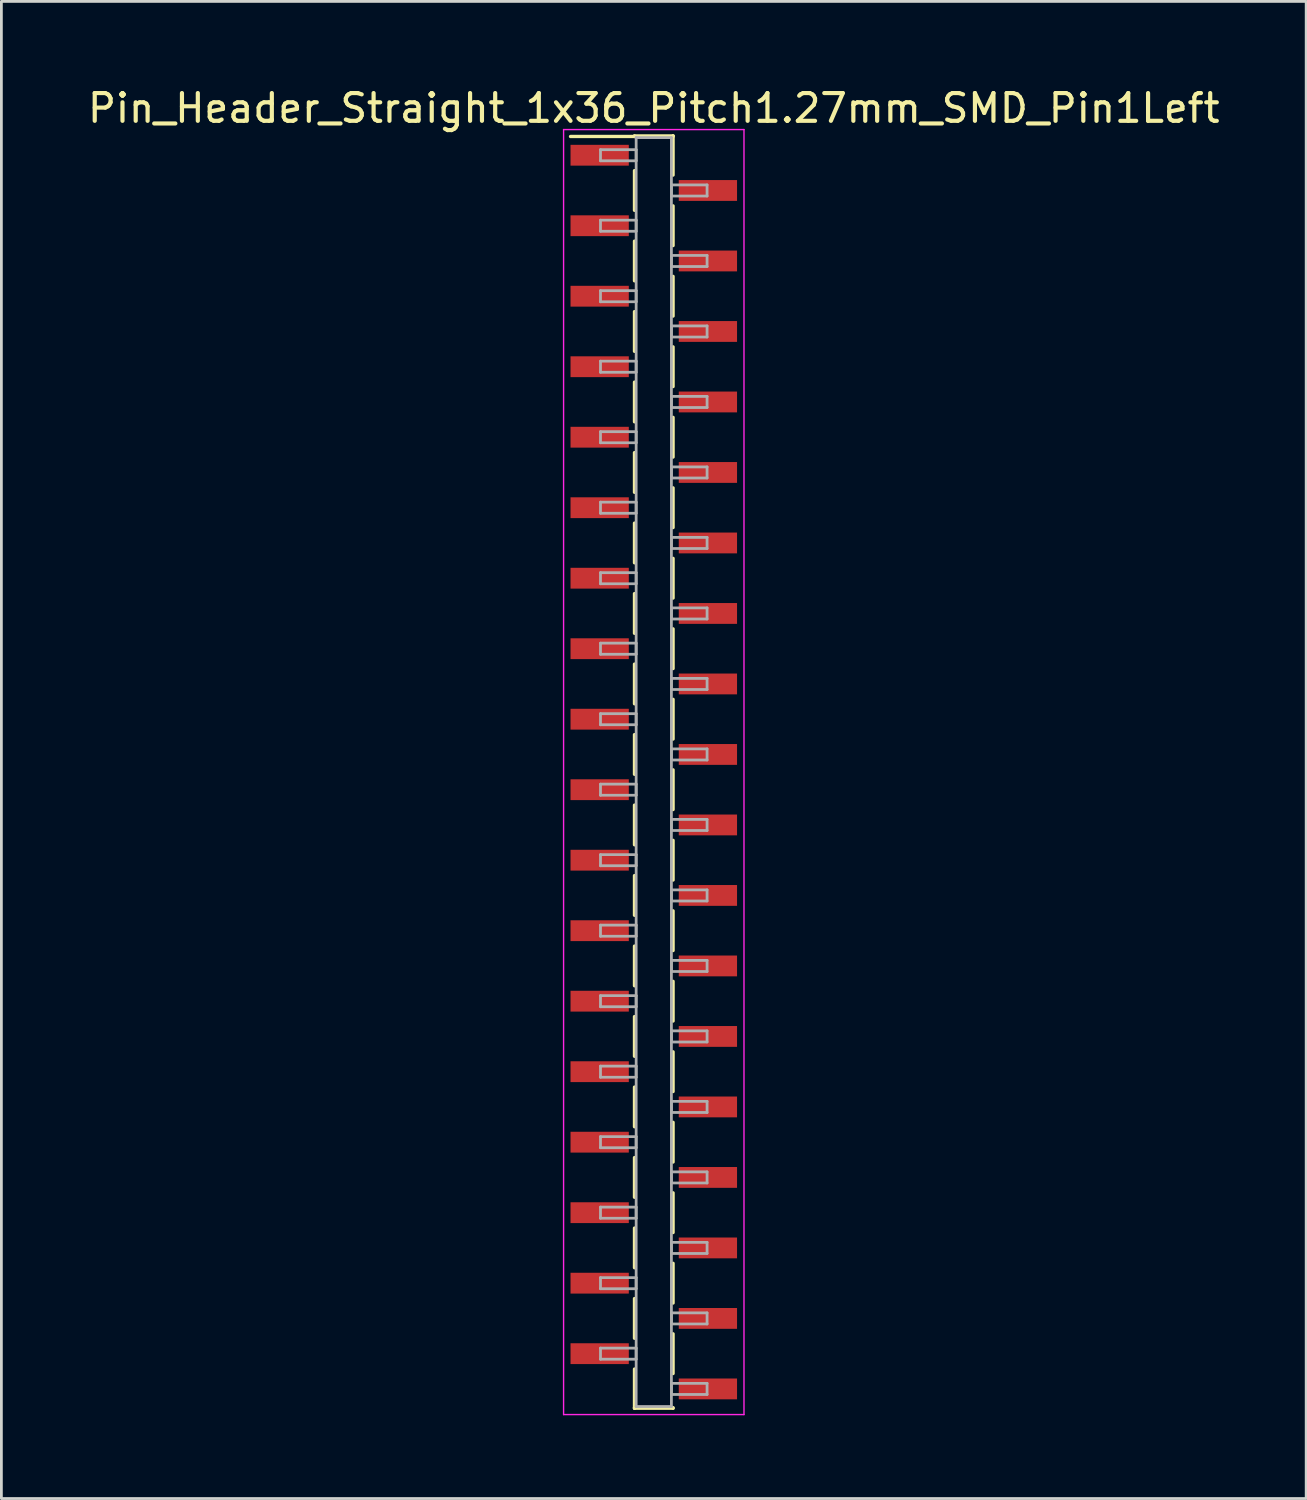
<source format=kicad_pcb>
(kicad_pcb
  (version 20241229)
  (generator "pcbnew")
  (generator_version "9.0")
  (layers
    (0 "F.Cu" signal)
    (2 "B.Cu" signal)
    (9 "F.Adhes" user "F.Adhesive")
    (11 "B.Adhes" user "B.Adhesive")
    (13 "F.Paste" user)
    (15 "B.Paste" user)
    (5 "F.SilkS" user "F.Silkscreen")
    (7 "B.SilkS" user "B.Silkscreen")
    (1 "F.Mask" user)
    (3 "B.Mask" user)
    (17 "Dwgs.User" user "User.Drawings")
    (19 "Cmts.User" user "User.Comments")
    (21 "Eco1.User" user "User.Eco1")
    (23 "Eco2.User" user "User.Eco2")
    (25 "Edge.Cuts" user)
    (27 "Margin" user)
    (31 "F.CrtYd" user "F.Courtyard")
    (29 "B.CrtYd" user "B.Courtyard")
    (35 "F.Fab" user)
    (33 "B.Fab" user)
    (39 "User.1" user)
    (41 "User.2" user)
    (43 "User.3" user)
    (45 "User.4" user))
  (footprint "Pin_Header_Straight_1x36_Pitch1.27mm_SMD_Pin1Left"
    (layer "F.Cu")
    (at 20.506 24.768)
    (property "Reference" "Pin_Header_Straight_1x36_Pitch1.27mm_SMD_Pin1Left" (at 0 -23.92 0) (layer "F.SilkS") (effects (font (size 1 1) (thickness 0.15))))
    (attr smd)
    (fp_line (start -0.695 -22.92) (end 0.695 -22.92) (stroke (width 0.12) (type solid)) (layer "F.SilkS"))
    (fp_line (start -0.695 -22.9) (end -3 -22.9) (stroke (width 0.12) (type solid)) (layer "F.SilkS"))
    (fp_line (start -0.695 -22.9) (end -0.695 -22.92) (stroke (width 0.12) (type solid)) (layer "F.SilkS"))
    (fp_line (start -0.695 -21.67) (end -0.695 -20.24) (stroke (width 0.12) (type solid)) (layer "F.SilkS"))
    (fp_line (start -0.695 -19.13) (end -0.695 -17.7) (stroke (width 0.12) (type solid)) (layer "F.SilkS"))
    (fp_line (start -0.695 -16.59) (end -0.695 -15.16) (stroke (width 0.12) (type solid)) (layer "F.SilkS"))
    (fp_line (start -0.695 -14.05) (end -0.695 -12.62) (stroke (width 0.12) (type solid)) (layer "F.SilkS"))
    (fp_line (start -0.695 -11.51) (end -0.695 -10.08) (stroke (width 0.12) (type solid)) (layer "F.SilkS"))
    (fp_line (start -0.695 -8.97) (end -0.695 -7.54) (stroke (width 0.12) (type solid)) (layer "F.SilkS"))
    (fp_line (start -0.695 -6.43) (end -0.695 -5) (stroke (width 0.12) (type solid)) (layer "F.SilkS"))
    (fp_line (start -0.695 -3.89) (end -0.695 -2.46) (stroke (width 0.12) (type solid)) (layer "F.SilkS"))
    (fp_line (start -0.695 -1.35) (end -0.695 0.08) (stroke (width 0.12) (type solid)) (layer "F.SilkS"))
    (fp_line (start -0.695 1.19) (end -0.695 2.62) (stroke (width 0.12) (type solid)) (layer "F.SilkS"))
    (fp_line (start -0.695 3.73) (end -0.695 5.16) (stroke (width 0.12) (type solid)) (layer "F.SilkS"))
    (fp_line (start -0.695 6.27) (end -0.695 7.7) (stroke (width 0.12) (type solid)) (layer "F.SilkS"))
    (fp_line (start -0.695 8.81) (end -0.695 10.24) (stroke (width 0.12) (type solid)) (layer "F.SilkS"))
    (fp_line (start -0.695 11.35) (end -0.695 12.78) (stroke (width 0.12) (type solid)) (layer "F.SilkS"))
    (fp_line (start -0.695 13.89) (end -0.695 15.32) (stroke (width 0.12) (type solid)) (layer "F.SilkS"))
    (fp_line (start -0.695 16.43) (end -0.695 17.86) (stroke (width 0.12) (type solid)) (layer "F.SilkS"))
    (fp_line (start -0.695 18.97) (end -0.695 20.4) (stroke (width 0.12) (type solid)) (layer "F.SilkS"))
    (fp_line (start -0.695 21.51) (end -0.695 22.92) (stroke (width 0.12) (type solid)) (layer "F.SilkS"))
    (fp_line (start -0.695 22.9) (end -0.695 22.92) (stroke (width 0.12) (type solid)) (layer "F.SilkS"))
    (fp_line (start -0.695 22.92) (end 0.695 22.92) (stroke (width 0.12) (type solid)) (layer "F.SilkS"))
    (fp_line (start 0.695 -22.92) (end 0.695 -22.9) (stroke (width 0.12) (type solid)) (layer "F.SilkS"))
    (fp_line (start 0.695 -22.92) (end 0.695 -21.51) (stroke (width 0.12) (type solid)) (layer "F.SilkS"))
    (fp_line (start 0.695 -20.4) (end 0.695 -18.97) (stroke (width 0.12) (type solid)) (layer "F.SilkS"))
    (fp_line (start 0.695 -17.86) (end 0.695 -16.43) (stroke (width 0.12) (type solid)) (layer "F.SilkS"))
    (fp_line (start 0.695 -15.32) (end 0.695 -13.89) (stroke (width 0.12) (type solid)) (layer "F.SilkS"))
    (fp_line (start 0.695 -12.78) (end 0.695 -11.35) (stroke (width 0.12) (type solid)) (layer "F.SilkS"))
    (fp_line (start 0.695 -10.24) (end 0.695 -8.81) (stroke (width 0.12) (type solid)) (layer "F.SilkS"))
    (fp_line (start 0.695 -7.7) (end 0.695 -6.27) (stroke (width 0.12) (type solid)) (layer "F.SilkS"))
    (fp_line (start 0.695 -5.16) (end 0.695 -3.73) (stroke (width 0.12) (type solid)) (layer "F.SilkS"))
    (fp_line (start 0.695 -2.62) (end 0.695 -1.19) (stroke (width 0.12) (type solid)) (layer "F.SilkS"))
    (fp_line (start 0.695 -0.08) (end 0.695 1.35) (stroke (width 0.12) (type solid)) (layer "F.SilkS"))
    (fp_line (start 0.695 2.46) (end 0.695 3.89) (stroke (width 0.12) (type solid)) (layer "F.SilkS"))
    (fp_line (start 0.695 5) (end 0.695 6.43) (stroke (width 0.12) (type solid)) (layer "F.SilkS"))
    (fp_line (start 0.695 7.54) (end 0.695 8.97) (stroke (width 0.12) (type solid)) (layer "F.SilkS"))
    (fp_line (start 0.695 10.08) (end 0.695 11.51) (stroke (width 0.12) (type solid)) (layer "F.SilkS"))
    (fp_line (start 0.695 12.62) (end 0.695 14.05) (stroke (width 0.12) (type solid)) (layer "F.SilkS"))
    (fp_line (start 0.695 15.16) (end 0.695 16.59) (stroke (width 0.12) (type solid)) (layer "F.SilkS"))
    (fp_line (start 0.695 17.7) (end 0.695 19.13) (stroke (width 0.12) (type solid)) (layer "F.SilkS"))
    (fp_line (start 0.695 20.24) (end 0.695 21.67) (stroke (width 0.12) (type solid)) (layer "F.SilkS"))
    (fp_line (start 0.695 22.92) (end 0.695 22.9) (stroke (width 0.12) (type solid)) (layer "F.SilkS"))
    (fp_line (start -3.25 -23.15) (end -3.25 23.15) (stroke (width 0.05) (type solid)) (layer "F.CrtYd"))
    (fp_line (start -3.25 23.15) (end 3.25 23.15) (stroke (width 0.05) (type solid)) (layer "F.CrtYd"))
    (fp_line (start 3.25 -23.15) (end -3.25 -23.15) (stroke (width 0.05) (type solid)) (layer "F.CrtYd"))
    (fp_line (start 3.25 23.15) (end 3.25 -23.15) (stroke (width 0.05) (type solid)) (layer "F.CrtYd"))
    (fp_line (start -1.92 -22.425) (end -0.635 -22.425) (stroke (width 0.1) (type solid)) (layer "F.Fab"))
    (fp_line (start -1.92 -22.025) (end -1.92 -22.425) (stroke (width 0.1) (type solid)) (layer "F.Fab"))
    (fp_line (start -1.92 -19.885) (end -0.635 -19.885) (stroke (width 0.1) (type solid)) (layer "F.Fab"))
    (fp_line (start -1.92 -19.485) (end -1.92 -19.885) (stroke (width 0.1) (type solid)) (layer "F.Fab"))
    (fp_line (start -1.92 -17.345) (end -0.635 -17.345) (stroke (width 0.1) (type solid)) (layer "F.Fab"))
    (fp_line (start -1.92 -16.945) (end -1.92 -17.345) (stroke (width 0.1) (type solid)) (layer "F.Fab"))
    (fp_line (start -1.92 -14.805) (end -0.635 -14.805) (stroke (width 0.1) (type solid)) (layer "F.Fab"))
    (fp_line (start -1.92 -14.405) (end -1.92 -14.805) (stroke (width 0.1) (type solid)) (layer "F.Fab"))
    (fp_line (start -1.92 -12.265) (end -0.635 -12.265) (stroke (width 0.1) (type solid)) (layer "F.Fab"))
    (fp_line (start -1.92 -11.865) (end -1.92 -12.265) (stroke (width 0.1) (type solid)) (layer "F.Fab"))
    (fp_line (start -1.92 -9.725) (end -0.635 -9.725) (stroke (width 0.1) (type solid)) (layer "F.Fab"))
    (fp_line (start -1.92 -9.325) (end -1.92 -9.725) (stroke (width 0.1) (type solid)) (layer "F.Fab"))
    (fp_line (start -1.92 -7.185) (end -0.635 -7.185) (stroke (width 0.1) (type solid)) (layer "F.Fab"))
    (fp_line (start -1.92 -6.785) (end -1.92 -7.185) (stroke (width 0.1) (type solid)) (layer "F.Fab"))
    (fp_line (start -1.92 -4.645) (end -0.635 -4.645) (stroke (width 0.1) (type solid)) (layer "F.Fab"))
    (fp_line (start -1.92 -4.245) (end -1.92 -4.645) (stroke (width 0.1) (type solid)) (layer "F.Fab"))
    (fp_line (start -1.92 -2.105) (end -0.635 -2.105) (stroke (width 0.1) (type solid)) (layer "F.Fab"))
    (fp_line (start -1.92 -1.705) (end -1.92 -2.105) (stroke (width 0.1) (type solid)) (layer "F.Fab"))
    (fp_line (start -1.92 0.435) (end -0.635 0.435) (stroke (width 0.1) (type solid)) (layer "F.Fab"))
    (fp_line (start -1.92 0.835) (end -1.92 0.435) (stroke (width 0.1) (type solid)) (layer "F.Fab"))
    (fp_line (start -1.92 2.975) (end -0.635 2.975) (stroke (width 0.1) (type solid)) (layer "F.Fab"))
    (fp_line (start -1.92 3.375) (end -1.92 2.975) (stroke (width 0.1) (type solid)) (layer "F.Fab"))
    (fp_line (start -1.92 5.515) (end -0.635 5.515) (stroke (width 0.1) (type solid)) (layer "F.Fab"))
    (fp_line (start -1.92 5.915) (end -1.92 5.515) (stroke (width 0.1) (type solid)) (layer "F.Fab"))
    (fp_line (start -1.92 8.055) (end -0.635 8.055) (stroke (width 0.1) (type solid)) (layer "F.Fab"))
    (fp_line (start -1.92 8.455) (end -1.92 8.055) (stroke (width 0.1) (type solid)) (layer "F.Fab"))
    (fp_line (start -1.92 10.595) (end -0.635 10.595) (stroke (width 0.1) (type solid)) (layer "F.Fab"))
    (fp_line (start -1.92 10.995) (end -1.92 10.595) (stroke (width 0.1) (type solid)) (layer "F.Fab"))
    (fp_line (start -1.92 13.135) (end -0.635 13.135) (stroke (width 0.1) (type solid)) (layer "F.Fab"))
    (fp_line (start -1.92 13.535) (end -1.92 13.135) (stroke (width 0.1) (type solid)) (layer "F.Fab"))
    (fp_line (start -1.92 15.675) (end -0.635 15.675) (stroke (width 0.1) (type solid)) (layer "F.Fab"))
    (fp_line (start -1.92 16.075) (end -1.92 15.675) (stroke (width 0.1) (type solid)) (layer "F.Fab"))
    (fp_line (start -1.92 18.215) (end -0.635 18.215) (stroke (width 0.1) (type solid)) (layer "F.Fab"))
    (fp_line (start -1.92 18.615) (end -1.92 18.215) (stroke (width 0.1) (type solid)) (layer "F.Fab"))
    (fp_line (start -1.92 20.755) (end -0.635 20.755) (stroke (width 0.1) (type solid)) (layer "F.Fab"))
    (fp_line (start -1.92 21.155) (end -1.92 20.755) (stroke (width 0.1) (type solid)) (layer "F.Fab"))
    (fp_line (start -0.635 -22.86) (end -0.635 22.86) (stroke (width 0.1) (type solid)) (layer "F.Fab"))
    (fp_line (start -0.635 -22.425) (end -0.635 -22.025) (stroke (width 0.1) (type solid)) (layer "F.Fab"))
    (fp_line (start -0.635 -22.025) (end -1.92 -22.025) (stroke (width 0.1) (type solid)) (layer "F.Fab"))
    (fp_line (start -0.635 -19.885) (end -0.635 -19.485) (stroke (width 0.1) (type solid)) (layer "F.Fab"))
    (fp_line (start -0.635 -19.485) (end -1.92 -19.485) (stroke (width 0.1) (type solid)) (layer "F.Fab"))
    (fp_line (start -0.635 -17.345) (end -0.635 -16.945) (stroke (width 0.1) (type solid)) (layer "F.Fab"))
    (fp_line (start -0.635 -16.945) (end -1.92 -16.945) (stroke (width 0.1) (type solid)) (layer "F.Fab"))
    (fp_line (start -0.635 -14.805) (end -0.635 -14.405) (stroke (width 0.1) (type solid)) (layer "F.Fab"))
    (fp_line (start -0.635 -14.405) (end -1.92 -14.405) (stroke (width 0.1) (type solid)) (layer "F.Fab"))
    (fp_line (start -0.635 -12.265) (end -0.635 -11.865) (stroke (width 0.1) (type solid)) (layer "F.Fab"))
    (fp_line (start -0.635 -11.865) (end -1.92 -11.865) (stroke (width 0.1) (type solid)) (layer "F.Fab"))
    (fp_line (start -0.635 -9.725) (end -0.635 -9.325) (stroke (width 0.1) (type solid)) (layer "F.Fab"))
    (fp_line (start -0.635 -9.325) (end -1.92 -9.325) (stroke (width 0.1) (type solid)) (layer "F.Fab"))
    (fp_line (start -0.635 -7.185) (end -0.635 -6.785) (stroke (width 0.1) (type solid)) (layer "F.Fab"))
    (fp_line (start -0.635 -6.785) (end -1.92 -6.785) (stroke (width 0.1) (type solid)) (layer "F.Fab"))
    (fp_line (start -0.635 -4.645) (end -0.635 -4.245) (stroke (width 0.1) (type solid)) (layer "F.Fab"))
    (fp_line (start -0.635 -4.245) (end -1.92 -4.245) (stroke (width 0.1) (type solid)) (layer "F.Fab"))
    (fp_line (start -0.635 -2.105) (end -0.635 -1.705) (stroke (width 0.1) (type solid)) (layer "F.Fab"))
    (fp_line (start -0.635 -1.705) (end -1.92 -1.705) (stroke (width 0.1) (type solid)) (layer "F.Fab"))
    (fp_line (start -0.635 0.435) (end -0.635 0.835) (stroke (width 0.1) (type solid)) (layer "F.Fab"))
    (fp_line (start -0.635 0.835) (end -1.92 0.835) (stroke (width 0.1) (type solid)) (layer "F.Fab"))
    (fp_line (start -0.635 2.975) (end -0.635 3.375) (stroke (width 0.1) (type solid)) (layer "F.Fab"))
    (fp_line (start -0.635 3.375) (end -1.92 3.375) (stroke (width 0.1) (type solid)) (layer "F.Fab"))
    (fp_line (start -0.635 5.515) (end -0.635 5.915) (stroke (width 0.1) (type solid)) (layer "F.Fab"))
    (fp_line (start -0.635 5.915) (end -1.92 5.915) (stroke (width 0.1) (type solid)) (layer "F.Fab"))
    (fp_line (start -0.635 8.055) (end -0.635 8.455) (stroke (width 0.1) (type solid)) (layer "F.Fab"))
    (fp_line (start -0.635 8.455) (end -1.92 8.455) (stroke (width 0.1) (type solid)) (layer "F.Fab"))
    (fp_line (start -0.635 10.595) (end -0.635 10.995) (stroke (width 0.1) (type solid)) (layer "F.Fab"))
    (fp_line (start -0.635 10.995) (end -1.92 10.995) (stroke (width 0.1) (type solid)) (layer "F.Fab"))
    (fp_line (start -0.635 13.135) (end -0.635 13.535) (stroke (width 0.1) (type solid)) (layer "F.Fab"))
    (fp_line (start -0.635 13.535) (end -1.92 13.535) (stroke (width 0.1) (type solid)) (layer "F.Fab"))
    (fp_line (start -0.635 15.675) (end -0.635 16.075) (stroke (width 0.1) (type solid)) (layer "F.Fab"))
    (fp_line (start -0.635 16.075) (end -1.92 16.075) (stroke (width 0.1) (type solid)) (layer "F.Fab"))
    (fp_line (start -0.635 18.215) (end -0.635 18.615) (stroke (width 0.1) (type solid)) (layer "F.Fab"))
    (fp_line (start -0.635 18.615) (end -1.92 18.615) (stroke (width 0.1) (type solid)) (layer "F.Fab"))
    (fp_line (start -0.635 20.755) (end -0.635 21.155) (stroke (width 0.1) (type solid)) (layer "F.Fab"))
    (fp_line (start -0.635 21.155) (end -1.92 21.155) (stroke (width 0.1) (type solid)) (layer "F.Fab"))
    (fp_line (start -0.635 22.86) (end 0.635 22.86) (stroke (width 0.1) (type solid)) (layer "F.Fab"))
    (fp_line (start 0.635 -22.86) (end -0.635 -22.86) (stroke (width 0.1) (type solid)) (layer "F.Fab"))
    (fp_line (start 0.635 -21.155) (end 0.635 -20.755) (stroke (width 0.1) (type solid)) (layer "F.Fab"))
    (fp_line (start 0.635 -20.755) (end 1.92 -20.755) (stroke (width 0.1) (type solid)) (layer "F.Fab"))
    (fp_line (start 0.635 -18.615) (end 0.635 -18.215) (stroke (width 0.1) (type solid)) (layer "F.Fab"))
    (fp_line (start 0.635 -18.215) (end 1.92 -18.215) (stroke (width 0.1) (type solid)) (layer "F.Fab"))
    (fp_line (start 0.635 -16.075) (end 0.635 -15.675) (stroke (width 0.1) (type solid)) (layer "F.Fab"))
    (fp_line (start 0.635 -15.675) (end 1.92 -15.675) (stroke (width 0.1) (type solid)) (layer "F.Fab"))
    (fp_line (start 0.635 -13.535) (end 0.635 -13.135) (stroke (width 0.1) (type solid)) (layer "F.Fab"))
    (fp_line (start 0.635 -13.135) (end 1.92 -13.135) (stroke (width 0.1) (type solid)) (layer "F.Fab"))
    (fp_line (start 0.635 -10.995) (end 0.635 -10.595) (stroke (width 0.1) (type solid)) (layer "F.Fab"))
    (fp_line (start 0.635 -10.595) (end 1.92 -10.595) (stroke (width 0.1) (type solid)) (layer "F.Fab"))
    (fp_line (start 0.635 -8.455) (end 0.635 -8.055) (stroke (width 0.1) (type solid)) (layer "F.Fab"))
    (fp_line (start 0.635 -8.055) (end 1.92 -8.055) (stroke (width 0.1) (type solid)) (layer "F.Fab"))
    (fp_line (start 0.635 -5.915) (end 0.635 -5.515) (stroke (width 0.1) (type solid)) (layer "F.Fab"))
    (fp_line (start 0.635 -5.515) (end 1.92 -5.515) (stroke (width 0.1) (type solid)) (layer "F.Fab"))
    (fp_line (start 0.635 -3.375) (end 0.635 -2.975) (stroke (width 0.1) (type solid)) (layer "F.Fab"))
    (fp_line (start 0.635 -2.975) (end 1.92 -2.975) (stroke (width 0.1) (type solid)) (layer "F.Fab"))
    (fp_line (start 0.635 -0.835) (end 0.635 -0.435) (stroke (width 0.1) (type solid)) (layer "F.Fab"))
    (fp_line (start 0.635 -0.435) (end 1.92 -0.435) (stroke (width 0.1) (type solid)) (layer "F.Fab"))
    (fp_line (start 0.635 1.705) (end 0.635 2.105) (stroke (width 0.1) (type solid)) (layer "F.Fab"))
    (fp_line (start 0.635 2.105) (end 1.92 2.105) (stroke (width 0.1) (type solid)) (layer "F.Fab"))
    (fp_line (start 0.635 4.245) (end 0.635 4.645) (stroke (width 0.1) (type solid)) (layer "F.Fab"))
    (fp_line (start 0.635 4.645) (end 1.92 4.645) (stroke (width 0.1) (type solid)) (layer "F.Fab"))
    (fp_line (start 0.635 6.785) (end 0.635 7.185) (stroke (width 0.1) (type solid)) (layer "F.Fab"))
    (fp_line (start 0.635 7.185) (end 1.92 7.185) (stroke (width 0.1) (type solid)) (layer "F.Fab"))
    (fp_line (start 0.635 9.325) (end 0.635 9.725) (stroke (width 0.1) (type solid)) (layer "F.Fab"))
    (fp_line (start 0.635 9.725) (end 1.92 9.725) (stroke (width 0.1) (type solid)) (layer "F.Fab"))
    (fp_line (start 0.635 11.865) (end 0.635 12.265) (stroke (width 0.1) (type solid)) (layer "F.Fab"))
    (fp_line (start 0.635 12.265) (end 1.92 12.265) (stroke (width 0.1) (type solid)) (layer "F.Fab"))
    (fp_line (start 0.635 14.405) (end 0.635 14.805) (stroke (width 0.1) (type solid)) (layer "F.Fab"))
    (fp_line (start 0.635 14.805) (end 1.92 14.805) (stroke (width 0.1) (type solid)) (layer "F.Fab"))
    (fp_line (start 0.635 16.945) (end 0.635 17.345) (stroke (width 0.1) (type solid)) (layer "F.Fab"))
    (fp_line (start 0.635 17.345) (end 1.92 17.345) (stroke (width 0.1) (type solid)) (layer "F.Fab"))
    (fp_line (start 0.635 19.485) (end 0.635 19.885) (stroke (width 0.1) (type solid)) (layer "F.Fab"))
    (fp_line (start 0.635 19.885) (end 1.92 19.885) (stroke (width 0.1) (type solid)) (layer "F.Fab"))
    (fp_line (start 0.635 22.025) (end 0.635 22.425) (stroke (width 0.1) (type solid)) (layer "F.Fab"))
    (fp_line (start 0.635 22.425) (end 1.92 22.425) (stroke (width 0.1) (type solid)) (layer "F.Fab"))
    (fp_line (start 0.635 22.86) (end 0.635 -22.86) (stroke (width 0.1) (type solid)) (layer "F.Fab"))
    (fp_line (start 1.92 -21.155) (end 0.635 -21.155) (stroke (width 0.1) (type solid)) (layer "F.Fab"))
    (fp_line (start 1.92 -20.755) (end 1.92 -21.155) (stroke (width 0.1) (type solid)) (layer "F.Fab"))
    (fp_line (start 1.92 -18.615) (end 0.635 -18.615) (stroke (width 0.1) (type solid)) (layer "F.Fab"))
    (fp_line (start 1.92 -18.215) (end 1.92 -18.615) (stroke (width 0.1) (type solid)) (layer "F.Fab"))
    (fp_line (start 1.92 -16.075) (end 0.635 -16.075) (stroke (width 0.1) (type solid)) (layer "F.Fab"))
    (fp_line (start 1.92 -15.675) (end 1.92 -16.075) (stroke (width 0.1) (type solid)) (layer "F.Fab"))
    (fp_line (start 1.92 -13.535) (end 0.635 -13.535) (stroke (width 0.1) (type solid)) (layer "F.Fab"))
    (fp_line (start 1.92 -13.135) (end 1.92 -13.535) (stroke (width 0.1) (type solid)) (layer "F.Fab"))
    (fp_line (start 1.92 -10.995) (end 0.635 -10.995) (stroke (width 0.1) (type solid)) (layer "F.Fab"))
    (fp_line (start 1.92 -10.595) (end 1.92 -10.995) (stroke (width 0.1) (type solid)) (layer "F.Fab"))
    (fp_line (start 1.92 -8.455) (end 0.635 -8.455) (stroke (width 0.1) (type solid)) (layer "F.Fab"))
    (fp_line (start 1.92 -8.055) (end 1.92 -8.455) (stroke (width 0.1) (type solid)) (layer "F.Fab"))
    (fp_line (start 1.92 -5.915) (end 0.635 -5.915) (stroke (width 0.1) (type solid)) (layer "F.Fab"))
    (fp_line (start 1.92 -5.515) (end 1.92 -5.915) (stroke (width 0.1) (type solid)) (layer "F.Fab"))
    (fp_line (start 1.92 -3.375) (end 0.635 -3.375) (stroke (width 0.1) (type solid)) (layer "F.Fab"))
    (fp_line (start 1.92 -2.975) (end 1.92 -3.375) (stroke (width 0.1) (type solid)) (layer "F.Fab"))
    (fp_line (start 1.92 -0.835) (end 0.635 -0.835) (stroke (width 0.1) (type solid)) (layer "F.Fab"))
    (fp_line (start 1.92 -0.435) (end 1.92 -0.835) (stroke (width 0.1) (type solid)) (layer "F.Fab"))
    (fp_line (start 1.92 1.705) (end 0.635 1.705) (stroke (width 0.1) (type solid)) (layer "F.Fab"))
    (fp_line (start 1.92 2.105) (end 1.92 1.705) (stroke (width 0.1) (type solid)) (layer "F.Fab"))
    (fp_line (start 1.92 4.245) (end 0.635 4.245) (stroke (width 0.1) (type solid)) (layer "F.Fab"))
    (fp_line (start 1.92 4.645) (end 1.92 4.245) (stroke (width 0.1) (type solid)) (layer "F.Fab"))
    (fp_line (start 1.92 6.785) (end 0.635 6.785) (stroke (width 0.1) (type solid)) (layer "F.Fab"))
    (fp_line (start 1.92 7.185) (end 1.92 6.785) (stroke (width 0.1) (type solid)) (layer "F.Fab"))
    (fp_line (start 1.92 9.325) (end 0.635 9.325) (stroke (width 0.1) (type solid)) (layer "F.Fab"))
    (fp_line (start 1.92 9.725) (end 1.92 9.325) (stroke (width 0.1) (type solid)) (layer "F.Fab"))
    (fp_line (start 1.92 11.865) (end 0.635 11.865) (stroke (width 0.1) (type solid)) (layer "F.Fab"))
    (fp_line (start 1.92 12.265) (end 1.92 11.865) (stroke (width 0.1) (type solid)) (layer "F.Fab"))
    (fp_line (start 1.92 14.405) (end 0.635 14.405) (stroke (width 0.1) (type solid)) (layer "F.Fab"))
    (fp_line (start 1.92 14.805) (end 1.92 14.405) (stroke (width 0.1) (type solid)) (layer "F.Fab"))
    (fp_line (start 1.92 16.945) (end 0.635 16.945) (stroke (width 0.1) (type solid)) (layer "F.Fab"))
    (fp_line (start 1.92 17.345) (end 1.92 16.945) (stroke (width 0.1) (type solid)) (layer "F.Fab"))
    (fp_line (start 1.92 19.485) (end 0.635 19.485) (stroke (width 0.1) (type solid)) (layer "F.Fab"))
    (fp_line (start 1.92 19.885) (end 1.92 19.485) (stroke (width 0.1) (type solid)) (layer "F.Fab"))
    (fp_line (start 1.92 22.025) (end 0.635 22.025) (stroke (width 0.1) (type solid)) (layer "F.Fab"))
    (fp_line (start 1.92 22.425) (end 1.92 22.025) (stroke (width 0.1) (type solid)) (layer "F.Fab"))
    (pad "1" smd rect (at -1.95 -22.225) (size 2.1 0.75) (layers "F.Cu" "F.Mask"))
    (pad "2" smd rect (at 1.95 -20.955) (size 2.1 0.75) (layers "F.Cu" "F.Mask"))
    (pad "3" smd rect (at -1.95 -19.685) (size 2.1 0.75) (layers "F.Cu" "F.Mask"))
    (pad "4" smd rect (at 1.95 -18.415) (size 2.1 0.75) (layers "F.Cu" "F.Mask"))
    (pad "5" smd rect (at -1.95 -17.145) (size 2.1 0.75) (layers "F.Cu" "F.Mask"))
    (pad "6" smd rect (at 1.95 -15.875) (size 2.1 0.75) (layers "F.Cu" "F.Mask"))
    (pad "7" smd rect (at -1.95 -14.605) (size 2.1 0.75) (layers "F.Cu" "F.Mask"))
    (pad "8" smd rect (at 1.95 -13.335) (size 2.1 0.75) (layers "F.Cu" "F.Mask"))
    (pad "9" smd rect (at -1.95 -12.065) (size 2.1 0.75) (layers "F.Cu" "F.Mask"))
    (pad "10" smd rect (at 1.95 -10.795) (size 2.1 0.75) (layers "F.Cu" "F.Mask"))
    (pad "11" smd rect (at -1.95 -9.525) (size 2.1 0.75) (layers "F.Cu" "F.Mask"))
    (pad "12" smd rect (at 1.95 -8.255) (size 2.1 0.75) (layers "F.Cu" "F.Mask"))
    (pad "13" smd rect (at -1.95 -6.985) (size 2.1 0.75) (layers "F.Cu" "F.Mask"))
    (pad "14" smd rect (at 1.95 -5.715) (size 2.1 0.75) (layers "F.Cu" "F.Mask"))
    (pad "15" smd rect (at -1.95 -4.445) (size 2.1 0.75) (layers "F.Cu" "F.Mask"))
    (pad "16" smd rect (at 1.95 -3.175) (size 2.1 0.75) (layers "F.Cu" "F.Mask"))
    (pad "17" smd rect (at -1.95 -1.905) (size 2.1 0.75) (layers "F.Cu" "F.Mask"))
    (pad "18" smd rect (at 1.95 -0.635) (size 2.1 0.75) (layers "F.Cu" "F.Mask"))
    (pad "19" smd rect (at -1.95 0.635) (size 2.1 0.75) (layers "F.Cu" "F.Mask"))
    (pad "20" smd rect (at 1.95 1.905) (size 2.1 0.75) (layers "F.Cu" "F.Mask"))
    (pad "21" smd rect (at -1.95 3.175) (size 2.1 0.75) (layers "F.Cu" "F.Mask"))
    (pad "22" smd rect (at 1.95 4.445) (size 2.1 0.75) (layers "F.Cu" "F.Mask"))
    (pad "23" smd rect (at -1.95 5.715) (size 2.1 0.75) (layers "F.Cu" "F.Mask"))
    (pad "24" smd rect (at 1.95 6.985) (size 2.1 0.75) (layers "F.Cu" "F.Mask"))
    (pad "25" smd rect (at -1.95 8.255) (size 2.1 0.75) (layers "F.Cu" "F.Mask"))
    (pad "26" smd rect (at 1.95 9.525) (size 2.1 0.75) (layers "F.Cu" "F.Mask"))
    (pad "27" smd rect (at -1.95 10.795) (size 2.1 0.75) (layers "F.Cu" "F.Mask"))
    (pad "28" smd rect (at 1.95 12.065) (size 2.1 0.75) (layers "F.Cu" "F.Mask"))
    (pad "29" smd rect (at -1.95 13.335) (size 2.1 0.75) (layers "F.Cu" "F.Mask"))
    (pad "30" smd rect (at 1.95 14.605) (size 2.1 0.75) (layers "F.Cu" "F.Mask"))
    (pad "31" smd rect (at -1.95 15.875) (size 2.1 0.75) (layers "F.Cu" "F.Mask"))
    (pad "32" smd rect (at 1.95 17.145) (size 2.1 0.75) (layers "F.Cu" "F.Mask"))
    (pad "33" smd rect (at -1.95 18.415) (size 2.1 0.75) (layers "F.Cu" "F.Mask"))
    (pad "34" smd rect (at 1.95 19.685) (size 2.1 0.75) (layers "F.Cu" "F.Mask"))
    (pad "35" smd rect (at -1.95 20.955) (size 2.1 0.75) (layers "F.Cu" "F.Mask"))
    (pad "36" smd rect (at 1.95 22.225) (size 2.1 0.75) (layers "F.Cu" "F.Mask")))
  (gr_rect
    (start -3 -3)
    (end 44.012 50.943)
    (stroke (width 0.1) (type default))
    (fill no)
    (layer "Edge.Cuts")))
</source>
